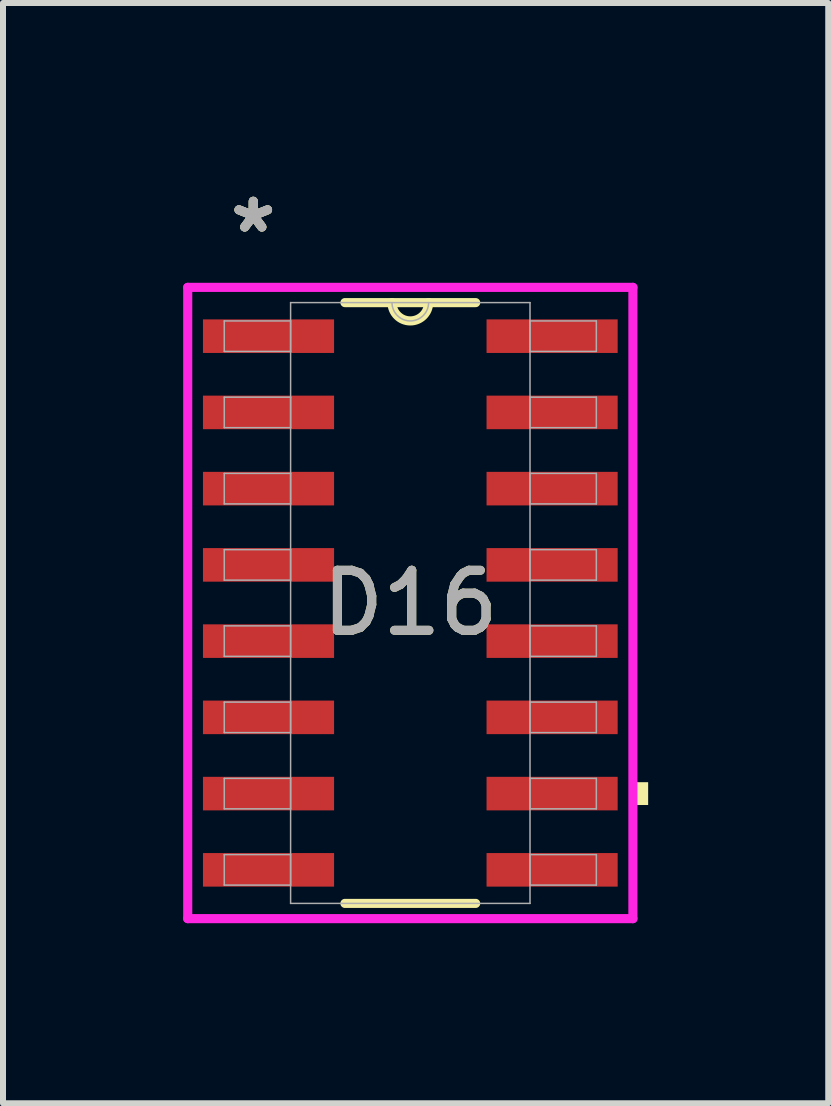
<source format=kicad_pcb>
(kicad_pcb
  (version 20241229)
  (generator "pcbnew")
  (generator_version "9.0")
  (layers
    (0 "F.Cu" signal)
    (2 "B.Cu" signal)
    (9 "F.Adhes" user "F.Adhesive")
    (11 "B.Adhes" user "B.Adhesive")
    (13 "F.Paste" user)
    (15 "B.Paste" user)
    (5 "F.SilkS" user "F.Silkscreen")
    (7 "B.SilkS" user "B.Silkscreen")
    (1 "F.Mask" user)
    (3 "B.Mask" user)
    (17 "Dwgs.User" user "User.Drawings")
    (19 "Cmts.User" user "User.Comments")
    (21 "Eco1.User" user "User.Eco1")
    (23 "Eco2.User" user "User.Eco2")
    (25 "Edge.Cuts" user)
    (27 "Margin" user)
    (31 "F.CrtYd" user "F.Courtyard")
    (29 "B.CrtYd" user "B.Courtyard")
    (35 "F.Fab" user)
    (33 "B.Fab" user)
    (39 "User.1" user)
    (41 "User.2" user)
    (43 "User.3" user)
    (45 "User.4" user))
  (footprint "D16"
    (layer "F.Cu")
    (at 3.785 6.995)
    (property "Reference" "D16" (at 0 0 0) (unlocked yes) (layer "F.SilkS") (effects (font (size 1 1) (thickness 0.15))))
    (attr smd)
    (fp_line (start -1.089 5.004) (end 1.089 5.004) (stroke (width 0.152) (type solid)) (layer "F.SilkS"))
    (fp_line (start 1.089 -5.004) (end -1.089 -5.004) (stroke (width 0.152) (type solid)) (layer "F.SilkS"))
    (fp_arc (start 0.3048 -5.0038) (mid 0 -4.699) (end -0.3048 -5.0038) (stroke (width 0.1524) (type solid)) (layer "F.SilkS"))
    (fp_poly (pts (xy 3.962 2.985) (xy 3.962 3.365) (xy 3.708 3.365) (xy 3.708 2.985)) (stroke (width 0) (type solid)) (fill yes) (layer "F.SilkS"))
    (fp_line (start -3.708 -5.258) (end 3.708 -5.258) (stroke (width 0.152) (type solid)) (layer "F.CrtYd"))
    (fp_line (start -3.708 5.258) (end -3.708 -5.258) (stroke (width 0.152) (type solid)) (layer "F.CrtYd"))
    (fp_line (start 3.708 -5.258) (end 3.708 5.258) (stroke (width 0.152) (type solid)) (layer "F.CrtYd"))
    (fp_line (start 3.708 5.258) (end -3.708 5.258) (stroke (width 0.152) (type solid)) (layer "F.CrtYd"))
    (fp_line (start -3.099 -4.699) (end -3.099 -4.191) (stroke (width 0.025) (type solid)) (layer "F.Fab"))
    (fp_line (start -3.099 -4.191) (end -1.994 -4.191) (stroke (width 0.025) (type solid)) (layer "F.Fab"))
    (fp_line (start -3.099 -3.429) (end -3.099 -2.921) (stroke (width 0.025) (type solid)) (layer "F.Fab"))
    (fp_line (start -3.099 -2.921) (end -1.994 -2.921) (stroke (width 0.025) (type solid)) (layer "F.Fab"))
    (fp_line (start -3.099 -2.159) (end -3.099 -1.651) (stroke (width 0.025) (type solid)) (layer "F.Fab"))
    (fp_line (start -3.099 -1.651) (end -1.994 -1.651) (stroke (width 0.025) (type solid)) (layer "F.Fab"))
    (fp_line (start -3.099 -0.889) (end -3.099 -0.381) (stroke (width 0.025) (type solid)) (layer "F.Fab"))
    (fp_line (start -3.099 -0.381) (end -1.994 -0.381) (stroke (width 0.025) (type solid)) (layer "F.Fab"))
    (fp_line (start -3.099 0.381) (end -3.099 0.889) (stroke (width 0.025) (type solid)) (layer "F.Fab"))
    (fp_line (start -3.099 0.889) (end -1.994 0.889) (stroke (width 0.025) (type solid)) (layer "F.Fab"))
    (fp_line (start -3.099 1.651) (end -3.099 2.159) (stroke (width 0.025) (type solid)) (layer "F.Fab"))
    (fp_line (start -3.099 2.159) (end -1.994 2.159) (stroke (width 0.025) (type solid)) (layer "F.Fab"))
    (fp_line (start -3.099 2.921) (end -3.099 3.429) (stroke (width 0.025) (type solid)) (layer "F.Fab"))
    (fp_line (start -3.099 3.429) (end -1.994 3.429) (stroke (width 0.025) (type solid)) (layer "F.Fab"))
    (fp_line (start -3.099 4.191) (end -3.099 4.699) (stroke (width 0.025) (type solid)) (layer "F.Fab"))
    (fp_line (start -3.099 4.699) (end -1.994 4.699) (stroke (width 0.025) (type solid)) (layer "F.Fab"))
    (fp_line (start -1.994 -5.004) (end -1.994 5.004) (stroke (width 0.025) (type solid)) (layer "F.Fab"))
    (fp_line (start -1.994 -4.699) (end -3.099 -4.699) (stroke (width 0.025) (type solid)) (layer "F.Fab"))
    (fp_line (start -1.994 -4.191) (end -1.994 -4.699) (stroke (width 0.025) (type solid)) (layer "F.Fab"))
    (fp_line (start -1.994 -3.429) (end -3.099 -3.429) (stroke (width 0.025) (type solid)) (layer "F.Fab"))
    (fp_line (start -1.994 -2.921) (end -1.994 -3.429) (stroke (width 0.025) (type solid)) (layer "F.Fab"))
    (fp_line (start -1.994 -2.159) (end -3.099 -2.159) (stroke (width 0.025) (type solid)) (layer "F.Fab"))
    (fp_line (start -1.994 -1.651) (end -1.994 -2.159) (stroke (width 0.025) (type solid)) (layer "F.Fab"))
    (fp_line (start -1.994 -0.889) (end -3.099 -0.889) (stroke (width 0.025) (type solid)) (layer "F.Fab"))
    (fp_line (start -1.994 -0.381) (end -1.994 -0.889) (stroke (width 0.025) (type solid)) (layer "F.Fab"))
    (fp_line (start -1.994 0.381) (end -3.099 0.381) (stroke (width 0.025) (type solid)) (layer "F.Fab"))
    (fp_line (start -1.994 0.889) (end -1.994 0.381) (stroke (width 0.025) (type solid)) (layer "F.Fab"))
    (fp_line (start -1.994 1.651) (end -3.099 1.651) (stroke (width 0.025) (type solid)) (layer "F.Fab"))
    (fp_line (start -1.994 2.159) (end -1.994 1.651) (stroke (width 0.025) (type solid)) (layer "F.Fab"))
    (fp_line (start -1.994 2.921) (end -3.099 2.921) (stroke (width 0.025) (type solid)) (layer "F.Fab"))
    (fp_line (start -1.994 3.429) (end -1.994 2.921) (stroke (width 0.025) (type solid)) (layer "F.Fab"))
    (fp_line (start -1.994 4.191) (end -3.099 4.191) (stroke (width 0.025) (type solid)) (layer "F.Fab"))
    (fp_line (start -1.994 4.699) (end -1.994 4.191) (stroke (width 0.025) (type solid)) (layer "F.Fab"))
    (fp_line (start -1.994 5.004) (end 1.994 5.004) (stroke (width 0.025) (type solid)) (layer "F.Fab"))
    (fp_line (start 1.994 -5.004) (end -1.994 -5.004) (stroke (width 0.025) (type solid)) (layer "F.Fab"))
    (fp_line (start 1.994 -4.699) (end 1.994 -4.191) (stroke (width 0.025) (type solid)) (layer "F.Fab"))
    (fp_line (start 1.994 -4.191) (end 3.099 -4.191) (stroke (width 0.025) (type solid)) (layer "F.Fab"))
    (fp_line (start 1.994 -3.429) (end 1.994 -2.921) (stroke (width 0.025) (type solid)) (layer "F.Fab"))
    (fp_line (start 1.994 -2.921) (end 3.099 -2.921) (stroke (width 0.025) (type solid)) (layer "F.Fab"))
    (fp_line (start 1.994 -2.159) (end 1.994 -1.651) (stroke (width 0.025) (type solid)) (layer "F.Fab"))
    (fp_line (start 1.994 -1.651) (end 3.099 -1.651) (stroke (width 0.025) (type solid)) (layer "F.Fab"))
    (fp_line (start 1.994 -0.889) (end 1.994 -0.381) (stroke (width 0.025) (type solid)) (layer "F.Fab"))
    (fp_line (start 1.994 -0.381) (end 3.099 -0.381) (stroke (width 0.025) (type solid)) (layer "F.Fab"))
    (fp_line (start 1.994 0.381) (end 1.994 0.889) (stroke (width 0.025) (type solid)) (layer "F.Fab"))
    (fp_line (start 1.994 0.889) (end 3.099 0.889) (stroke (width 0.025) (type solid)) (layer "F.Fab"))
    (fp_line (start 1.994 1.651) (end 1.994 2.159) (stroke (width 0.025) (type solid)) (layer "F.Fab"))
    (fp_line (start 1.994 2.159) (end 3.099 2.159) (stroke (width 0.025) (type solid)) (layer "F.Fab"))
    (fp_line (start 1.994 2.921) (end 1.994 3.429) (stroke (width 0.025) (type solid)) (layer "F.Fab"))
    (fp_line (start 1.994 3.429) (end 3.099 3.429) (stroke (width 0.025) (type solid)) (layer "F.Fab"))
    (fp_line (start 1.994 4.191) (end 1.994 4.699) (stroke (width 0.025) (type solid)) (layer "F.Fab"))
    (fp_line (start 1.994 4.699) (end 3.099 4.699) (stroke (width 0.025) (type solid)) (layer "F.Fab"))
    (fp_line (start 1.994 5.004) (end 1.994 -5.004) (stroke (width 0.025) (type solid)) (layer "F.Fab"))
    (fp_line (start 3.099 -4.699) (end 1.994 -4.699) (stroke (width 0.025) (type solid)) (layer "F.Fab"))
    (fp_line (start 3.099 -4.191) (end 3.099 -4.699) (stroke (width 0.025) (type solid)) (layer "F.Fab"))
    (fp_line (start 3.099 -3.429) (end 1.994 -3.429) (stroke (width 0.025) (type solid)) (layer "F.Fab"))
    (fp_line (start 3.099 -2.921) (end 3.099 -3.429) (stroke (width 0.025) (type solid)) (layer "F.Fab"))
    (fp_line (start 3.099 -2.159) (end 1.994 -2.159) (stroke (width 0.025) (type solid)) (layer "F.Fab"))
    (fp_line (start 3.099 -1.651) (end 3.099 -2.159) (stroke (width 0.025) (type solid)) (layer "F.Fab"))
    (fp_line (start 3.099 -0.889) (end 1.994 -0.889) (stroke (width 0.025) (type solid)) (layer "F.Fab"))
    (fp_line (start 3.099 -0.381) (end 3.099 -0.889) (stroke (width 0.025) (type solid)) (layer "F.Fab"))
    (fp_line (start 3.099 0.381) (end 1.994 0.381) (stroke (width 0.025) (type solid)) (layer "F.Fab"))
    (fp_line (start 3.099 0.889) (end 3.099 0.381) (stroke (width 0.025) (type solid)) (layer "F.Fab"))
    (fp_line (start 3.099 1.651) (end 1.994 1.651) (stroke (width 0.025) (type solid)) (layer "F.Fab"))
    (fp_line (start 3.099 2.159) (end 3.099 1.651) (stroke (width 0.025) (type solid)) (layer "F.Fab"))
    (fp_line (start 3.099 2.921) (end 1.994 2.921) (stroke (width 0.025) (type solid)) (layer "F.Fab"))
    (fp_line (start 3.099 3.429) (end 3.099 2.921) (stroke (width 0.025) (type solid)) (layer "F.Fab"))
    (fp_line (start 3.099 4.191) (end 1.994 4.191) (stroke (width 0.025) (type solid)) (layer "F.Fab"))
    (fp_line (start 3.099 4.699) (end 3.099 4.191) (stroke (width 0.025) (type solid)) (layer "F.Fab"))
    (fp_arc (start 0.3048 -5.0038) (mid 0 -4.699) (end -0.3048 -5.0038) (stroke (width 0.0254) (type solid)) (layer "F.Fab"))
    (fp_text user "*" (at -2.616 -6.147 0) (unlocked yes) (layer "F.SilkS") (effects (font (size 1 1) (thickness 0.15))))
    (fp_text user "*" (at -2.616 -6.147 0) (layer "F.SilkS") (effects (font (size 1 1) (thickness 0.15))))
    (fp_text user "${REFERENCE}" (at 0 0 0) (unlocked yes) (layer "F.Fab") (effects (font (size 1 1) (thickness 0.15))))
    (fp_text user "*" (at -2.616 -6.147 0) (unlocked yes) (layer "F.Fab") (effects (font (size 1 1) (thickness 0.15))))
    (fp_text user "*" (at -2.616 -6.147 0) (layer "F.Fab") (effects (font (size 1 1) (thickness 0.15))))
    (pad "1" smd rect (at -2.362 -4.445) (size 2.184 0.559) (layers "F.Cu" "F.Mask" "F.Paste"))
    (pad "2" smd rect (at -2.362 -3.175) (size 2.184 0.559) (layers "F.Cu" "F.Mask" "F.Paste"))
    (pad "3" smd rect (at -2.362 -1.905) (size 2.184 0.559) (layers "F.Cu" "F.Mask" "F.Paste"))
    (pad "4" smd rect (at -2.362 -0.635) (size 2.184 0.559) (layers "F.Cu" "F.Mask" "F.Paste"))
    (pad "5" smd rect (at -2.362 0.635) (size 2.184 0.559) (layers "F.Cu" "F.Mask" "F.Paste"))
    (pad "6" smd rect (at -2.362 1.905) (size 2.184 0.559) (layers "F.Cu" "F.Mask" "F.Paste"))
    (pad "7" smd rect (at -2.362 3.175) (size 2.184 0.559) (layers "F.Cu" "F.Mask" "F.Paste"))
    (pad "8" smd rect (at -2.362 4.445) (size 2.184 0.559) (layers "F.Cu" "F.Mask" "F.Paste"))
    (pad "9" smd rect (at 2.362 4.445) (size 2.184 0.559) (layers "F.Cu" "F.Mask" "F.Paste"))
    (pad "10" smd rect (at 2.362 3.175) (size 2.184 0.559) (layers "F.Cu" "F.Mask" "F.Paste"))
    (pad "11" smd rect (at 2.362 1.905) (size 2.184 0.559) (layers "F.Cu" "F.Mask" "F.Paste"))
    (pad "12" smd rect (at 2.362 0.635) (size 2.184 0.559) (layers "F.Cu" "F.Mask" "F.Paste"))
    (pad "13" smd rect (at 2.362 -0.635) (size 2.184 0.559) (layers "F.Cu" "F.Mask" "F.Paste"))
    (pad "14" smd rect (at 2.362 -1.905) (size 2.184 0.559) (layers "F.Cu" "F.Mask" "F.Paste"))
    (pad "15" smd rect (at 2.362 -3.175) (size 2.184 0.559) (layers "F.Cu" "F.Mask" "F.Paste"))
    (pad "16" smd rect (at 2.362 -4.445) (size 2.184 0.559) (layers "F.Cu" "F.Mask" "F.Paste")))
  (gr_rect
    (start -3 -3)
    (end 10.747 15.329)
    (stroke (width 0.1) (type default))
    (fill no)
    (layer "Edge.Cuts")))
</source>
